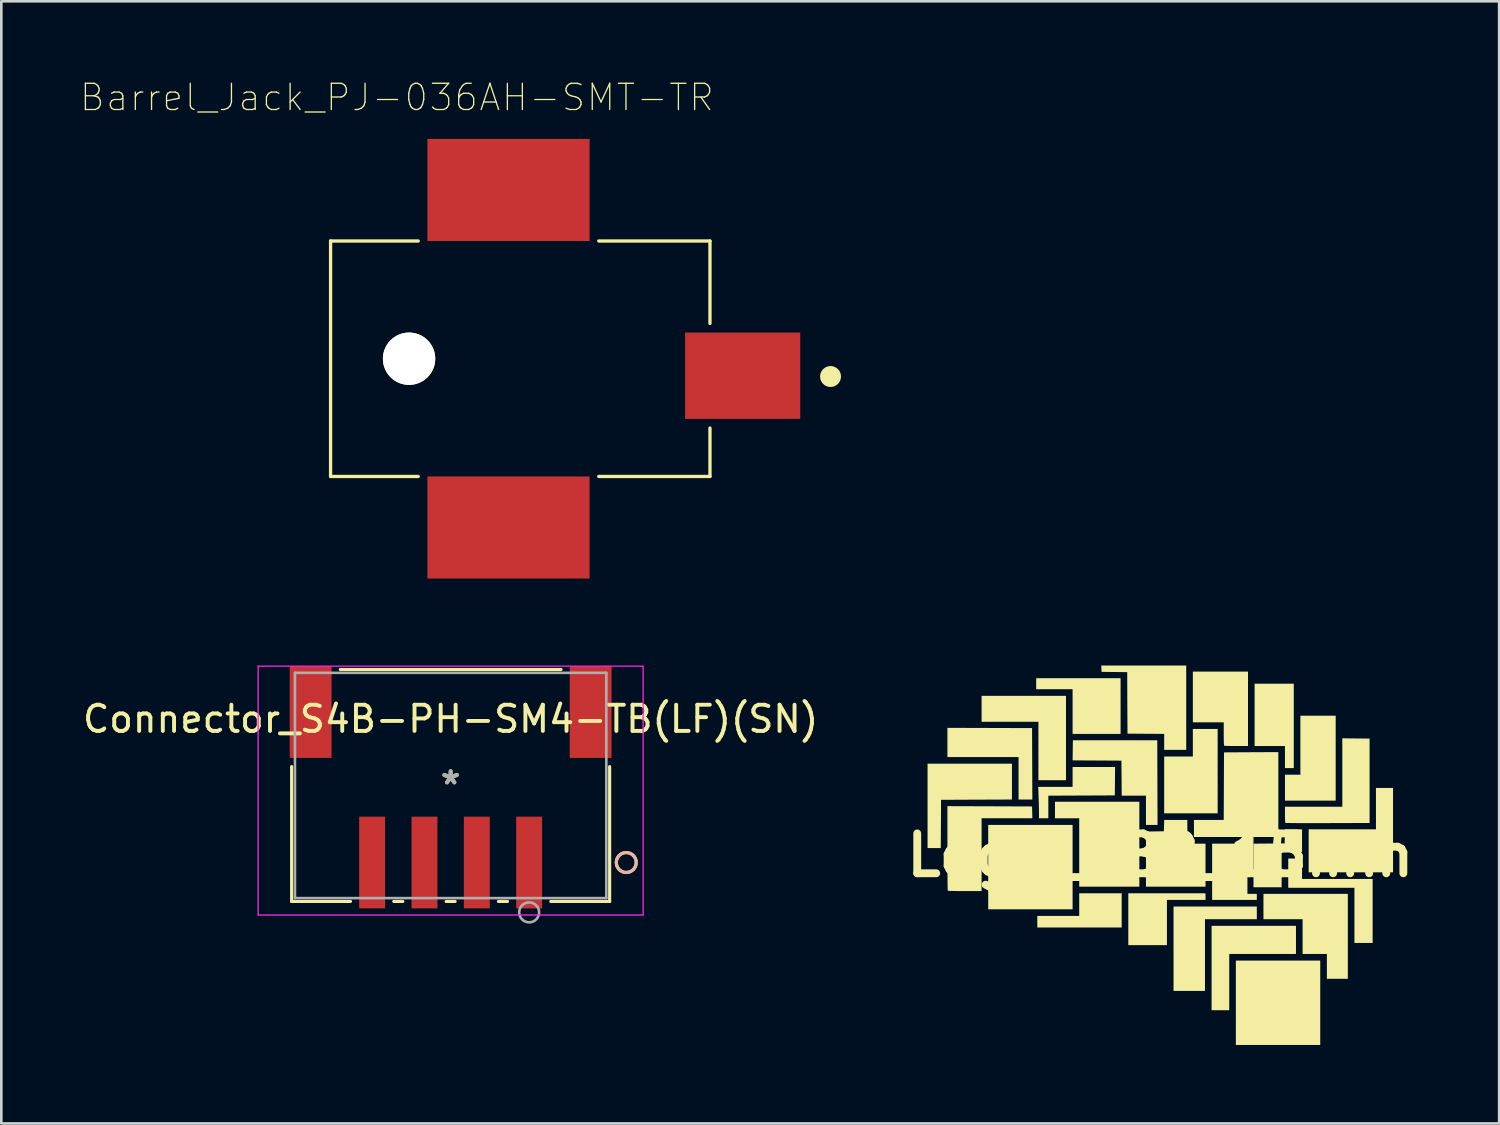
<source format=kicad_pcb>
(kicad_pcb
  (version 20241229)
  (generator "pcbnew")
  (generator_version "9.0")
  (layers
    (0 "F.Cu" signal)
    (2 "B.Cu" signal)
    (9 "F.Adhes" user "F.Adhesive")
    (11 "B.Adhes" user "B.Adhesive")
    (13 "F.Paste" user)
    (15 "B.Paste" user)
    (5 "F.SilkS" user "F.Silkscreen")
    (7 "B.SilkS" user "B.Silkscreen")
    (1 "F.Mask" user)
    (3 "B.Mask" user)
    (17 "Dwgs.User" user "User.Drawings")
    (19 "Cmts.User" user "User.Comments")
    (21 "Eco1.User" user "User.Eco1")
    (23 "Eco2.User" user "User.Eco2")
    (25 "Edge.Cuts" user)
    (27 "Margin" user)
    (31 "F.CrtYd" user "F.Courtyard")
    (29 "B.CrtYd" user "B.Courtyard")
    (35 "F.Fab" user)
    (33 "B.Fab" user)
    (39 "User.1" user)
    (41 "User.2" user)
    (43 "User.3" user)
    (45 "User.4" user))
  (footprint "Logo_NBB_15mm"
    (layer "F.Cu")
    (at 41.295 29.636)
    (property "Reference" "Logo_NBB_15mm" (at 0 0 0) (layer "F.SilkS") (effects (font (size 1.524 1.524) (thickness 0.3))))
    (attr board_only exclude_from_pos_files exclude_from_bom)
    (fp_poly (pts (xy -3.352 2.066) (xy -6.577 2.066) (xy -6.577 -1.159) (xy -3.352 -1.159)) (stroke (width 0) (type solid)) (fill yes) (layer "F.SilkS"))
    (fp_poly (pts (xy 6.113 7.251) (xy 2.888 7.251) (xy 2.888 4.026) (xy 6.113 4.026)) (stroke (width 0) (type solid)) (fill yes) (layer "F.SilkS"))
    (fp_poly (pts (xy -3.604 -2.867) (xy -4.658 -2.867) (xy -4.658 -5.101) (xy -6.83 -5.101) (xy -6.83 -6.092) (xy -3.604 -6.092)) (stroke (width 0) (type solid)) (fill yes) (layer "F.SilkS"))
    (fp_poly (pts (xy -1.518 -4.637) (xy -3.352 -4.637) (xy -3.352 -6.345) (xy -4.743 -6.345) (xy -4.743 -6.766) (xy -1.518 -6.766)) (stroke (width 0) (type solid)) (fill yes) (layer "F.SilkS"))
    (fp_poly (pts (xy -1.476 2.761) (xy -4.701 2.761) (xy -4.701 2.319) (xy -3.099 2.319) (xy -3.099 1.454) (xy -1.476 1.454)) (stroke (width 0) (type solid)) (fill yes) (layer "F.SilkS"))
    (fp_poly (pts (xy -0.801 1.201) (xy -3.099 1.201) (xy -3.099 -1.412) (xy -4.026 -1.412) (xy -4.026 -2.045) (xy -0.801 -2.045)) (stroke (width 0) (type solid)) (fill yes) (layer "F.SilkS"))
    (fp_poly (pts (xy 1.728 1.707) (xy 0.253 1.707) (xy 0.253 3.436) (xy -1.223 3.436) (xy -1.223 1.454) (xy 1.728 1.454)) (stroke (width 0) (type solid)) (fill yes) (layer "F.SilkS"))
    (fp_poly (pts (xy 2.192 -1.602) (xy 0.148 -1.602) (xy 0.148 -3.773) (xy 1.244 -3.773) (xy 1.244 -4.827) (xy 2.192 -4.827)) (stroke (width 0) (type solid)) (fill yes) (layer "F.SilkS"))
    (fp_poly (pts (xy 3.33 1.476) (xy 3.689 1.476) (xy 3.689 1.707) (xy 1.981 1.707) (xy 1.981 -0.443) (xy 3.33 -0.443)) (stroke (width 0) (type solid)) (fill yes) (layer "F.SilkS"))
    (fp_poly (pts (xy 3.689 2.445) (xy 1.707 2.445) (xy 1.707 5.185) (xy 0.506 5.185) (xy 0.506 1.96) (xy 3.689 1.96)) (stroke (width 0) (type solid)) (fill yes) (layer "F.SilkS"))
    (fp_poly (pts (xy 5.101 -3.33) (xy 4.764 -3.33) (xy 4.764 -4.174) (xy 3.604 -4.174) (xy 3.604 -6.556) (xy 5.101 -6.556)) (stroke (width 0) (type solid)) (fill yes) (layer "F.SilkS"))
    (fp_poly (pts (xy 5.185 3.773) (xy 2.635 3.773) (xy 2.635 5.923) (xy 1.96 5.923) (xy 1.96 2.698) (xy 5.185 2.698)) (stroke (width 0) (type solid)) (fill yes) (layer "F.SilkS"))
    (fp_poly (pts (xy 6.703 -2.087) (xy 4.764 -2.087) (xy 4.764 -3.078) (xy 5.354 -3.078) (xy 5.354 -5.333) (xy 6.703 -5.333)) (stroke (width 0) (type solid)) (fill yes) (layer "F.SilkS"))
    (fp_poly (pts (xy 8.895 0.653) (xy 5.67 0.653) (xy 5.67 -0.991) (xy 8.242 -0.991) (xy 8.242 -2.572) (xy 8.895 -2.572)) (stroke (width 0) (type solid)) (fill yes) (layer "F.SilkS"))
    (fp_poly (pts (xy -5.67 -2.129) (xy -7.025 -2.124) (xy -8.379 -2.118) (xy -8.39 -0.274) (xy -8.895 -0.274) (xy -8.895 -3.499) (xy -5.67 -3.499)) (stroke (width 0) (type solid)) (fill yes) (layer "F.SilkS"))
    (fp_poly (pts (xy -6.519 -4.864) (xy -4.901 -4.859) (xy -4.895 -3.494) (xy -4.89 -2.129) (xy -5.417 -2.129) (xy -5.417 -3.752) (xy -8.136 -3.752) (xy -8.136 -4.869)) (stroke (width 0) (type solid)) (fill yes) (layer "F.SilkS"))
    (fp_poly (pts (xy 4.511 -0.696) (xy 1.286 -0.696) (xy 1.286 -1.349) (xy 2.424 -1.349) (xy 2.429 -2.64) (xy 2.435 -3.931) (xy 3.473 -3.937) (xy 4.511 -3.942)) (stroke (width 0) (type solid)) (fill yes) (layer "F.SilkS"))
    (fp_poly (pts (xy 5.417 0.906) (xy 8.115 0.906) (xy 8.115 3.352) (xy 7.42 3.352) (xy 7.42 1.244) (xy 4.89 1.244) (xy 4.89 0.126) (xy 5.417 0.126)) (stroke (width 0) (type solid)) (fill yes) (layer "F.SilkS"))
    (fp_poly (pts (xy 7.167 4.722) (xy 6.366 4.722) (xy 6.366 3.773) (xy 5.438 3.773) (xy 5.438 2.445) (xy 3.942 2.445) (xy 3.942 1.476) (xy 7.167 1.476)) (stroke (width 0) (type solid)) (fill yes) (layer "F.SilkS"))
    (fp_poly (pts (xy 1.033 -0.443) (xy 1.728 -0.443) (xy 1.728 1.201) (xy -0.548 1.201) (xy -0.548 -0.905) (xy -0.206 -0.911) (xy 0.137 -0.917) (xy 0.149 -1.349) (xy 1.033 -1.349)) (stroke (width 0) (type solid)) (fill yes) (layer "F.SilkS"))
    (fp_poly (pts (xy 5.417 -0.126) (xy 4.637 -0.126) (xy 4.637 1.223) (xy 3.562 1.223) (xy 3.562 -0.442) (xy 4.753 -0.453) (xy 4.759 -0.722) (xy 4.765 -0.991) (xy 5.417 -0.991)) (stroke (width 0) (type solid)) (fill yes) (layer "F.SilkS"))
    (fp_poly (pts (xy -0.111 -2.777) (xy -0.105 -1.159) (xy -0.548 -1.159) (xy -0.548 -2.277) (xy -1.475 -2.277) (xy -1.486 -3.615) (xy -3.352 -3.626) (xy -3.347 -4.01) (xy -3.341 -4.395) (xy -0.116 -4.395)) (stroke (width 0) (type solid)) (fill yes) (layer "F.SilkS"))
    (fp_poly (pts (xy 0.991 -4.026) (xy 0.148 -4.026) (xy 0.148 -4.637) (xy -0.553 -4.642) (xy -1.254 -4.648) (xy -1.26 -5.823) (xy -1.265 -6.997) (xy -2.245 -7.009) (xy -2.251 -7.13) (xy -2.258 -7.251) (xy 0.991 -7.251)) (stroke (width 0) (type solid)) (fill yes) (layer "F.SilkS"))
    (fp_poly (pts (xy -1.733 -2.83) (xy -1.739 -2.287) (xy -4.279 -2.276) (xy -4.279 -1.412) (xy -4.637 -1.412) (xy -4.637 -1.63) (xy -4.638 -1.727) (xy -4.64 -1.853) (xy -4.644 -1.996) (xy -4.648 -2.142) (xy -4.651 -2.231) (xy -4.665 -2.614) (xy -3.352 -2.614) (xy -3.352 -3.373) (xy -1.728 -3.373)) (stroke (width 0) (type solid)) (fill yes) (layer "F.SilkS"))
    (fp_poly (pts (xy 3.352 -4.174) (xy 2.902 -4.174) (xy 2.768 -4.174) (xy 2.649 -4.176) (xy 2.551 -4.179) (xy 2.48 -4.182) (xy 2.442 -4.186) (xy 2.438 -4.188) (xy 2.434 -4.212) (xy 2.43 -4.272) (xy 2.427 -4.362) (xy 2.425 -4.474) (xy 2.424 -4.602) (xy 2.424 -4.641) (xy 2.424 -5.08) (xy 1.244 -5.08) (xy 1.244 -7.019) (xy 3.352 -7.019)) (stroke (width 0) (type solid)) (fill yes) (layer "F.SilkS"))
    (fp_poly (pts (xy 7.999 -4.458) (xy 7.999 -1.233) (xy 6.396 -1.228) (xy 6.14 -1.227) (xy 5.896 -1.227) (xy 5.667 -1.227) (xy 5.457 -1.227) (xy 5.27 -1.228) (xy 5.108 -1.229) (xy 4.974 -1.23) (xy 4.873 -1.232) (xy 4.806 -1.234) (xy 4.779 -1.236) (xy 4.778 -1.236) (xy 4.773 -1.262) (xy 4.769 -1.321) (xy 4.766 -1.407) (xy 4.764 -1.511) (xy 4.764 -1.553) (xy 4.764 -1.855) (xy 6.956 -1.855) (xy 6.956 -4.469)) (stroke (width 0) (type solid)) (fill yes) (layer "F.SilkS"))
    (fp_poly (pts (xy -6.519 -1.871) (xy -4.901 -1.865) (xy -4.895 -1.639) (xy -4.889 -1.412) (xy -6.83 -1.412) (xy -6.83 1.37) (xy -7.469 1.37) (xy -7.629 1.37) (xy -7.775 1.368) (xy -7.903 1.366) (xy -8.006 1.364) (xy -8.079 1.361) (xy -8.118 1.357) (xy -8.122 1.356) (xy -8.125 1.333) (xy -8.127 1.272) (xy -8.129 1.174) (xy -8.131 1.045) (xy -8.132 0.886) (xy -8.134 0.701) (xy -8.135 0.494) (xy -8.136 0.268) (xy -8.136 0.025) (xy -8.136 -0.23) (xy -8.136 -0.267) (xy -8.136 -1.876)) (stroke (width 0) (type solid)) (fill yes) (layer "F.SilkS")))
  (footprint "Connector_S4B-PH-SM4-TB(LF)(SN)"
    (layer "F.Cu")
    (at 14.173 26.969)
    (property "Reference" "Connector_S4B-PH-SM4-TB(LF)(SN)" (at 0.000001 -2.54 0) (layer "F.SilkS") (effects (font (size 1 1) (thickness 0.15))))
    (attr smd)
    (fp_line (start -6.077 -0.72) (end -6.077 4.432) (stroke (width 0.12) (type solid)) (layer "F.SilkS"))
    (fp_line (start -6.077 4.432) (end -3.828 4.432) (stroke (width 0.12) (type solid)) (layer "F.SilkS"))
    (fp_line (start -2.172 4.432) (end -1.828 4.432) (stroke (width 0.12) (type solid)) (layer "F.SilkS"))
    (fp_line (start -0.172 4.432) (end 0.172 4.432) (stroke (width 0.12) (type solid)) (layer "F.SilkS"))
    (fp_line (start 1.828 4.432) (end 2.172 4.432) (stroke (width 0.12) (type solid)) (layer "F.SilkS"))
    (fp_line (start 3.828 4.432) (end 6.077 4.432) (stroke (width 0.12) (type solid)) (layer "F.SilkS"))
    (fp_line (start 4.217 -4.432) (end -4.217 -4.432) (stroke (width 0.12) (type solid)) (layer "F.SilkS"))
    (fp_line (start 6.077 4.432) (end 6.077 -0.72) (stroke (width 0.12) (type solid)) (layer "F.SilkS"))
    (fp_circle (center 6.712 2.945) (end 7.093 2.945) (stroke (width 0.12) (type solid)) (fill no) (layer "F.SilkS"))
    (fp_circle (center 6.712 2.945) (end 7.093 2.945) (stroke (width 0.12) (type solid)) (fill no) (layer "B.SilkS"))
    (fp_line (start -7.357 -4.559) (end -7.357 4.951) (stroke (width 0.05) (type solid)) (layer "F.CrtYd"))
    (fp_line (start -7.357 4.951) (end 7.357 4.951) (stroke (width 0.05) (type solid)) (layer "F.CrtYd"))
    (fp_line (start 7.357 -4.559) (end -7.357 -4.559) (stroke (width 0.05) (type solid)) (layer "F.CrtYd"))
    (fp_line (start 7.357 4.951) (end 7.357 -4.559) (stroke (width 0.05) (type solid)) (layer "F.CrtYd"))
    (fp_line (start -5.95 -4.305) (end -5.95 4.305) (stroke (width 0.1) (type solid)) (layer "F.Fab"))
    (fp_line (start -5.95 4.305) (end 5.95 4.305) (stroke (width 0.1) (type solid)) (layer "F.Fab"))
    (fp_line (start 5.95 -4.305) (end -5.95 -4.305) (stroke (width 0.1) (type solid)) (layer "F.Fab"))
    (fp_line (start 5.95 4.305) (end 5.95 -4.305) (stroke (width 0.1) (type solid)) (layer "F.Fab"))
    (fp_circle (center 3 4.85) (end 3.381 4.85) (stroke (width 0.1) (type solid)) (fill no) (layer "F.Fab"))
    (fp_text user "*" (at 0 0 0) (layer "F.SilkS") (effects (font (size 1 1) (thickness 0.15))))
    (fp_text user "*" (at 0 0 0) (layer "Cmts.User") (effects (font (size 0.127 0.127) (thickness 0.002))))
    (fp_text user "*" (at 0 0 0) (layer "F.Fab") (effects (font (size 1 1) (thickness 0.15))))
    (pad "1" smd rect (at 3 2.945) (size 0.991 3.505) (layers "F.Cu" "F.Mask" "F.Paste"))
    (pad "2" smd rect (at 1 2.945) (size 0.991 3.505) (layers "F.Cu" "F.Mask" "F.Paste"))
    (pad "3" smd rect (at -1 2.945) (size 0.991 3.505) (layers "F.Cu" "F.Mask" "F.Paste"))
    (pad "4" smd rect (at -3 2.945) (size 0.991 3.505) (layers "F.Cu" "F.Mask" "F.Paste"))
    (pad "5" smd rect (at -5.35 -2.805 90) (size 3.505 1.6) (layers "F.Cu" "F.Mask" "F.Paste"))
    (pad "6" smd rect (at 5.35 -2.805 90) (size 3.505 1.6) (layers "F.Cu" "F.Mask" "F.Paste")))
  (footprint "Barrel_Jack_PJ-036AH-SMT-TR"
    (layer "F.Cu")
    (at 25.334 11.31)
    (property "Reference" "Barrel_Jack_PJ-036AH-SMT-TR" (at -13.216 -10.636 0) (layer "F.SilkS") (effects (font (size 1.002 1.002) (thickness 0.05))))
    (attr smd)
    (fp_line (start -15.75 -5.15) (end -15.75 3.85) (stroke (width 0.127) (type solid)) (layer "F.SilkS"))
    (fp_line (start -15.75 3.85) (end -12.4 3.85) (stroke (width 0.127) (type solid)) (layer "F.SilkS"))
    (fp_line (start -12.4 -5.15) (end -15.75 -5.15) (stroke (width 0.127) (type solid)) (layer "F.SilkS"))
    (fp_line (start -5.5 3.85) (end -1.25 3.85) (stroke (width 0.127) (type solid)) (layer "F.SilkS"))
    (fp_line (start -1.25 -5.15) (end -5.5 -5.15) (stroke (width 0.127) (type solid)) (layer "F.SilkS"))
    (fp_line (start -1.25 -2) (end -1.25 -5.15) (stroke (width 0.127) (type solid)) (layer "F.SilkS"))
    (fp_line (start -1.25 3.85) (end -1.25 2) (stroke (width 0.127) (type solid)) (layer "F.SilkS"))
    (fp_circle (center 3.358 0.03) (end 3.558 0.03) (stroke (width 0.4) (type solid)) (fill no) (layer "F.SilkS"))
    (fp_line (start -16 -5.4) (end -16 4.1) (stroke (width 0.05) (type solid)) (layer "Eco1.User"))
    (fp_line (start -16 4.1) (end -12.35 4.1) (stroke (width 0.05) (type solid)) (layer "Eco1.User"))
    (fp_line (start -12.35 4.1) (end -12.35 8.05) (stroke (width 0.05) (type solid)) (layer "Eco1.User"))
    (fp_line (start -12.35 8.05) (end -5.55 8.05) (stroke (width 0.05) (type solid)) (layer "Eco1.User"))
    (fp_line (start -12.3 -9.3) (end -5.6 -9.3) (stroke (width 0.05) (type solid)) (layer "Eco1.User"))
    (fp_line (start -12.3 -5.4) (end -16 -5.4) (stroke (width 0.05) (type solid)) (layer "Eco1.User"))
    (fp_line (start -12.3 -5.4) (end -12.3 -9.3) (stroke (width 0.05) (type solid)) (layer "Eco1.User"))
    (fp_line (start -5.6 -9.3) (end -5.6 -5.4) (stroke (width 0.05) (type solid)) (layer "Eco1.User"))
    (fp_line (start -5.55 4.1) (end -1 4.1) (stroke (width 0.05) (type solid)) (layer "Eco1.User"))
    (fp_line (start -5.55 8.05) (end -5.55 4.1) (stroke (width 0.05) (type solid)) (layer "Eco1.User"))
    (fp_line (start -1 -5.4) (end -5.6 -5.4) (stroke (width 0.05) (type solid)) (layer "Eco1.User"))
    (fp_line (start -1 -1.9) (end -1 -5.4) (stroke (width 0.05) (type solid)) (layer "Eco1.User"))
    (fp_line (start -1 -1.9) (end 2.5 -1.9) (stroke (width 0.05) (type solid)) (layer "Eco1.User"))
    (fp_line (start -1 4.1) (end -1 1.9) (stroke (width 0.05) (type solid)) (layer "Eco1.User"))
    (fp_line (start 2.5 -1.9) (end 2.5 1.9) (stroke (width 0.05) (type solid)) (layer "Eco1.User"))
    (fp_line (start 2.5 1.9) (end -1 1.9) (stroke (width 0.05) (type solid)) (layer "Eco1.User"))
    (fp_line (start -15.75 -5.15) (end -15.75 3.85) (stroke (width 0.127) (type solid)) (layer "Eco2.User"))
    (fp_line (start -15.75 3.85) (end -1.25 3.85) (stroke (width 0.127) (type solid)) (layer "Eco2.User"))
    (fp_line (start -1.25 -5.15) (end -15.75 -5.15) (stroke (width 0.127) (type solid)) (layer "Eco2.User"))
    (fp_line (start -1.25 3.85) (end -1.25 -5.15) (stroke (width 0.127) (type solid)) (layer "Eco2.User"))
    (fp_circle (center 3.358 0.03) (end 3.558 0.03) (stroke (width 0.4) (type solid)) (fill no) (layer "Eco2.User"))
    (pad "" np_thru_hole circle (at -12.75 -0.65) (size 2 2) (drill 2) (layers "*.Cu" "*.Mask" "F.SilkS"))
    (pad "1" smd rect (at 0 0 90) (size 3.3 4.4) (layers "F.Cu" "F.Mask" "F.Paste"))
    (pad "2" smd rect (at -8.95 -7.1 180) (size 6.2 3.9) (layers "F.Cu" "F.Mask" "F.Paste"))
    (pad "3" smd rect (at -8.95 5.8) (size 6.2 3.9) (layers "F.Cu" "F.Mask" "F.Paste")))
  (gr_rect
    (start -3 -3)
    (end 54.244 39.887)
    (stroke (width 0.1) (type default))
    (fill no)
    (layer "Edge.Cuts")))
</source>
